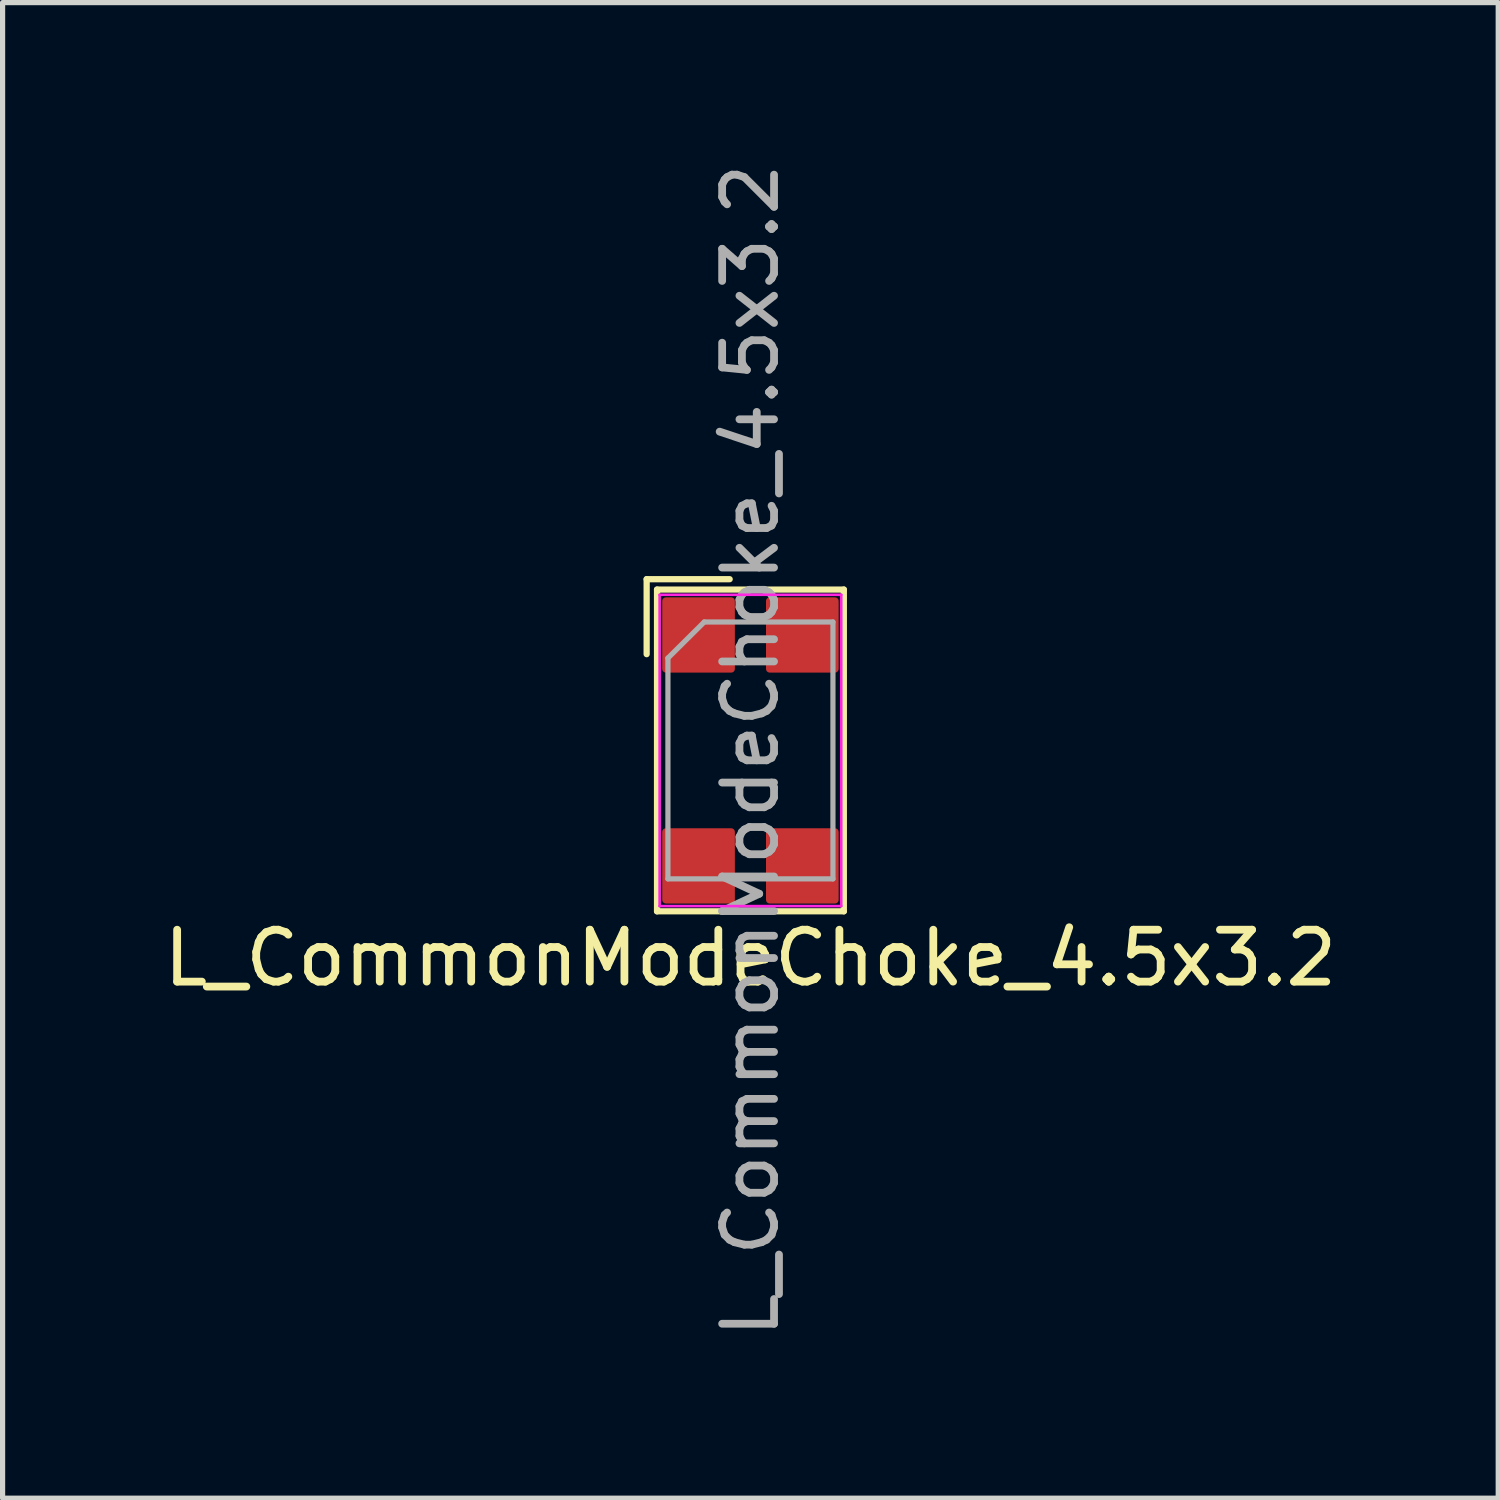
<source format=kicad_pcb>
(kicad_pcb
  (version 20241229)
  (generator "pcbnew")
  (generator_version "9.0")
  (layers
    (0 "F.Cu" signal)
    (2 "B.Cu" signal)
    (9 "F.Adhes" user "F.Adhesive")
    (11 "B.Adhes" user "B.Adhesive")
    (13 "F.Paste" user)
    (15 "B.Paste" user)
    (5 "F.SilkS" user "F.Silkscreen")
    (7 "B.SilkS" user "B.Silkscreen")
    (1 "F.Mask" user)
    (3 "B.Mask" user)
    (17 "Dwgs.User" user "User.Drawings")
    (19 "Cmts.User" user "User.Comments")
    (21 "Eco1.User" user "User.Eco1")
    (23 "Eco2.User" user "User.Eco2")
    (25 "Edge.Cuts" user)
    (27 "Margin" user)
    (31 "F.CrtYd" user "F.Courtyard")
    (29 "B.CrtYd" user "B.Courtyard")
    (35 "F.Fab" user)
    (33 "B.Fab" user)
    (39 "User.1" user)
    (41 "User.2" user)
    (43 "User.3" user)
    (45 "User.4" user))
  (footprint "L_CommonModeChoke_4.5x3.2"
    (layer "F.Cu")
    (at 11.411 11.411)
    (property "Reference" "L_CommonModeChoke_4.5x3.2" (at 0 4 0) (layer "F.SilkS") (effects (font (size 1 1) (thickness 0.15))))
    (attr smd)
    (fp_line (start -2 -3.3) (end -2 -1.855) (stroke (width 0.12) (type solid)) (layer "F.SilkS"))
    (fp_line (start -2 -3.3) (end -0.4 -3.3) (stroke (width 0.12) (type solid)) (layer "F.SilkS"))
    (fp_line (start -1.8 -3.1) (end -1.8 3.1) (stroke (width 0.12) (type solid)) (layer "F.SilkS"))
    (fp_line (start -1.8 -3.1) (end 1.8 -3.1) (stroke (width 0.12) (type solid)) (layer "F.SilkS"))
    (fp_line (start -1.8 3.1) (end 1.8 3.1) (stroke (width 0.12) (type solid)) (layer "F.SilkS"))
    (fp_line (start 1.8 -3.1) (end 1.8 3.1) (stroke (width 0.12) (type solid)) (layer "F.SilkS"))
    (fp_line (start -1.75 -3) (end 1.75 -3) (stroke (width 0.05) (type solid)) (layer "F.CrtYd"))
    (fp_line (start -1.75 3) (end -1.75 -3) (stroke (width 0.05) (type solid)) (layer "F.CrtYd"))
    (fp_line (start -1.75 3) (end 1.75 3) (stroke (width 0.05) (type solid)) (layer "F.CrtYd"))
    (fp_line (start 1.75 3) (end 1.75 -3) (stroke (width 0.05) (type solid)) (layer "F.CrtYd"))
    (fp_line (start -1.59 -1.78) (end -1.59 2.475) (stroke (width 0.1) (type solid)) (layer "F.Fab"))
    (fp_line (start -1.59 -1.78) (end -0.89 -2.475) (stroke (width 0.1) (type solid)) (layer "F.Fab"))
    (fp_line (start -1.59 2.475) (end 1.59 2.475) (stroke (width 0.1) (type solid)) (layer "F.Fab"))
    (fp_line (start -0.89 -2.475) (end 1.59 -2.475) (stroke (width 0.1) (type solid)) (layer "F.Fab"))
    (fp_line (start 1.59 -2.475) (end 1.59 2.475) (stroke (width 0.1) (type solid)) (layer "F.Fab"))
    (fp_text user "${REFERENCE}" (at 0 0 90) (layer "F.Fab") (effects (font (size 1 1) (thickness 0.15))))
    (pad "1" smd roundrect (at -1 -2.225) (size 1.4 1.45) (layers "F.Cu" "F.Mask" "F.Paste") (roundrect_rratio 0.05))
    (pad "2" smd roundrect (at -1 2.225) (size 1.4 1.45) (layers "F.Cu" "F.Mask" "F.Paste") (roundrect_rratio 0.05))
    (pad "3" smd roundrect (at 1 2.225) (size 1.4 1.45) (layers "F.Cu" "F.Mask" "F.Paste") (roundrect_rratio 0.05))
    (pad "4" smd roundrect (at 1 -2.225) (size 1.4 1.45) (layers "F.Cu" "F.Mask" "F.Paste") (roundrect_rratio 0.05)))
  (gr_rect
    (start -3 -3)
    (end 25.821 25.821)
    (stroke (width 0.1) (type default))
    (fill no)
    (layer "Edge.Cuts")))
</source>
